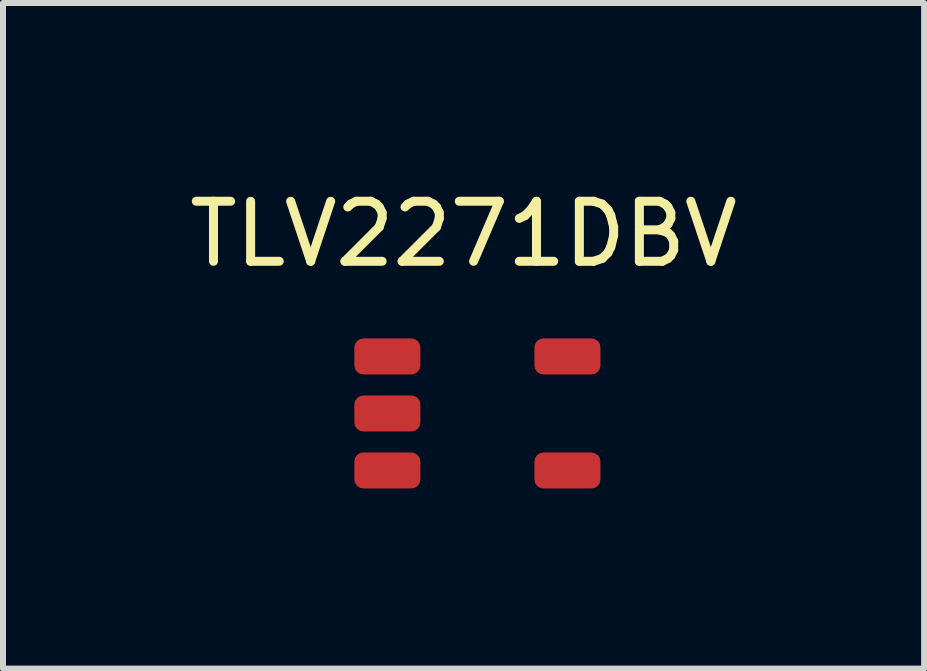
<source format=kicad_pcb>
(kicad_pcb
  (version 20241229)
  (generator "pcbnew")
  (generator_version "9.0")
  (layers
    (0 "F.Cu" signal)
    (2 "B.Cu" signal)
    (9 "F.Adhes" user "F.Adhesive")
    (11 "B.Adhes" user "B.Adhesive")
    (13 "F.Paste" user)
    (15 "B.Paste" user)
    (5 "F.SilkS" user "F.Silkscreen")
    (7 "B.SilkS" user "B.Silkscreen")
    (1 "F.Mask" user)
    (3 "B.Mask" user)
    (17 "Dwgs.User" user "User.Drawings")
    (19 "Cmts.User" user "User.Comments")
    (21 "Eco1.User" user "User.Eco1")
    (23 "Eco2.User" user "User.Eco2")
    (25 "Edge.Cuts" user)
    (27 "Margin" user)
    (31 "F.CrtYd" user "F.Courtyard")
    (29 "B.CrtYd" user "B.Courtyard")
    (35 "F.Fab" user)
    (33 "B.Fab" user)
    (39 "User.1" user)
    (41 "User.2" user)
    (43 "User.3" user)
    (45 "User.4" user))
  (footprint "TLV2271DBV"
    (layer "F.Cu")
    (at 4.673 0.348)
    (property "Reference" "TLV2271DBV" (at 0 0.5 0) (layer "F.SilkS") (effects (font (size 1 1) (thickness 0.15))))
    (attr through_hole)
    (pad "1" smd roundrect (at -1.27 2.54) (size 1.1 0.6) (layers "F.Cu" "F.Mask" "F.Paste") (roundrect_rratio 0.25))
    (pad "2" smd roundrect (at -1.27 3.49) (size 1.1 0.6) (layers "F.Cu" "F.Mask" "F.Paste") (roundrect_rratio 0.25))
    (pad "3" smd roundrect (at -1.27 4.44) (size 1.1 0.6) (layers "F.Cu" "F.Mask" "F.Paste") (roundrect_rratio 0.25))
    (pad "4" smd roundrect (at 1.73 4.44) (size 1.1 0.6) (layers "F.Cu" "F.Mask" "F.Paste") (roundrect_rratio 0.25))
    (pad "5" smd roundrect (at 1.73 2.54) (size 1.1 0.6) (layers "F.Cu" "F.Mask" "F.Paste") (roundrect_rratio 0.25)))
  (gr_rect
    (start -3 -3)
    (end 12.345 8.088)
    (stroke (width 0.1) (type default))
    (fill no)
    (layer "Edge.Cuts")))
</source>
